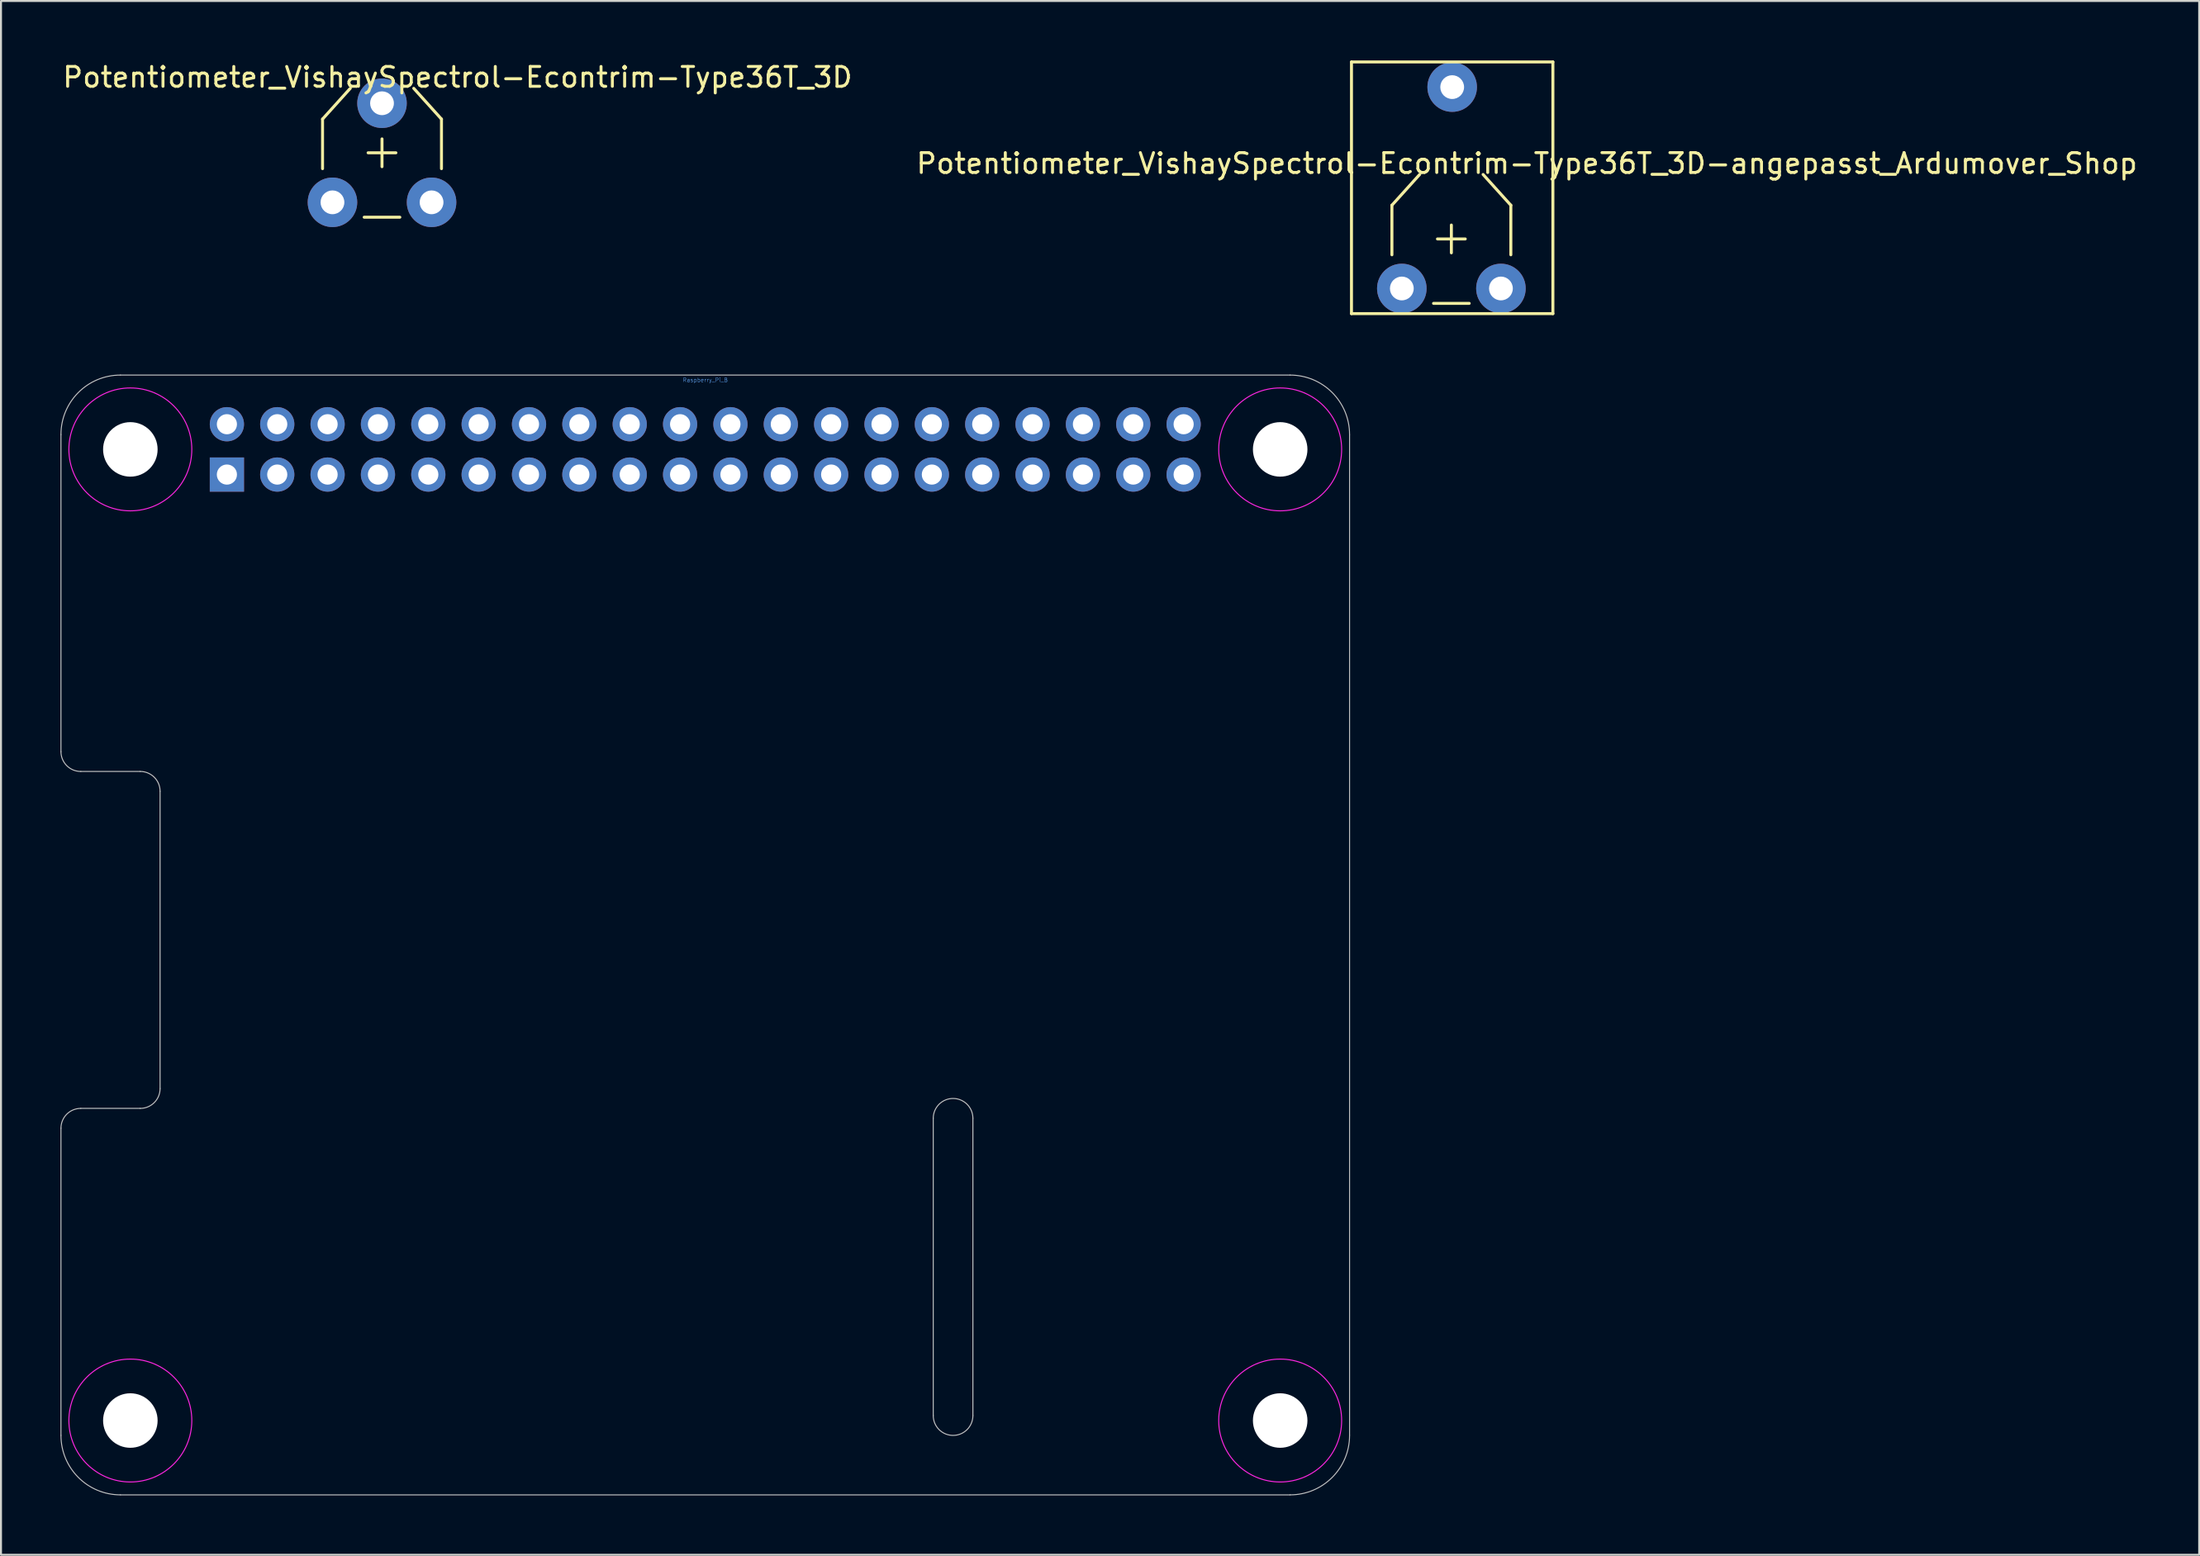
<source format=kicad_pcb>
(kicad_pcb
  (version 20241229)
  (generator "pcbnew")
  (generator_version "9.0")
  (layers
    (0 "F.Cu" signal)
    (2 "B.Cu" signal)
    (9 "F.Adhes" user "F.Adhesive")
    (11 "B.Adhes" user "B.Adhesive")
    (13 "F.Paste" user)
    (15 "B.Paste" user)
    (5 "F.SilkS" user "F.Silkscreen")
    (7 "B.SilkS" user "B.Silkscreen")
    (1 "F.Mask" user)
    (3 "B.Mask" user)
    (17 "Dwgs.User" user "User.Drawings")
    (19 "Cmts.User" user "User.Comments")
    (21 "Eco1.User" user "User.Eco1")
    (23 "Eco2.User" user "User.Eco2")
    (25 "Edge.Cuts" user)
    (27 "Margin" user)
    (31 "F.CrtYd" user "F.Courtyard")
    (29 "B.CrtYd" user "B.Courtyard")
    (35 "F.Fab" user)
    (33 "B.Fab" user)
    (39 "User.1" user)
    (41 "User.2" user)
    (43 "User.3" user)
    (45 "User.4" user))
  (footprint "Potentiometer_VishaySpectrol-Econtrim-Type36T_3D"
    (layer "F.Cu")
    (at 13.72 7.158)
    (property "Reference" "Potentiometer_VishaySpectrol-Econtrim-Type36T_3D" (at 6.309 -6.309 0) (layer "F.SilkS") (effects (font (size 1 1) (thickness 0.15))))
    (attr through_hole)
    (fp_line (start -0.5 -4.199) (end -0.5 -1.699) (stroke (width 0.15) (type solid)) (layer "F.SilkS"))
    (fp_line (start 0.899 -5.751) (end -0.5 -4.199) (stroke (width 0.15) (type solid)) (layer "F.SilkS"))
    (fp_line (start 1.6 0.752) (end 3.399 0.752) (stroke (width 0.15) (type solid)) (layer "F.SilkS"))
    (fp_line (start 1.798 -2.499) (end 3.2 -2.499) (stroke (width 0.15) (type solid)) (layer "F.SilkS"))
    (fp_line (start 2.499 -1.798) (end 2.499 -3.2) (stroke (width 0.15) (type solid)) (layer "F.SilkS"))
    (fp_line (start 4.1 -5.751) (end 5.499 -4.199) (stroke (width 0.15) (type solid)) (layer "F.SilkS"))
    (fp_line (start 5.499 -4.199) (end 5.499 -1.699) (stroke (width 0.15) (type solid)) (layer "F.SilkS"))
    (pad "1" thru_hole circle (at 0 0) (size 2.499 2.499) (drill 1.199) (layers "*.Cu" "*.Mask"))
    (pad "2" thru_hole circle (at 2.499 -4.999) (size 2.499 2.499) (drill 1.199) (layers "*.Cu" "*.Mask"))
    (pad "3" thru_hole circle (at 4.999 0) (size 2.499 2.499) (drill 1.199) (layers "*.Cu" "*.Mask")))
  (footprint "Raspberry_Pi_B"
    (layer "F.Cu")
    (at 32.525 44.125)
    (property "Reference" "Raspberry_Pi_B" (at 0 -28 0) (layer "Cmts.User") (effects (font (size 0.2 0.2) (thickness 0.02))))
    (attr through_hole)
    (fp_line (start -32.5 -25.25) (end -32.5 -9.25) (stroke (width 0.05) (type solid)) (layer "Dwgs.User"))
    (fp_line (start -32.5 9.75) (end -32.5 25.25) (stroke (width 0.05) (type solid)) (layer "Dwgs.User"))
    (fp_line (start -31.5 -8.25) (end -28.5 -8.25) (stroke (width 0.05) (type solid)) (layer "Dwgs.User"))
    (fp_line (start -31.5 8.75) (end -28.5 8.75) (stroke (width 0.05) (type solid)) (layer "Dwgs.User"))
    (fp_line (start -29.5 -28.25) (end 29.5 -28.25) (stroke (width 0.05) (type solid)) (layer "Dwgs.User"))
    (fp_line (start -29.5 28.25) (end 29.5 28.25) (stroke (width 0.05) (type solid)) (layer "Dwgs.User"))
    (fp_line (start -27.5 -7.25) (end -27.5 7.75) (stroke (width 0.05) (type solid)) (layer "Dwgs.User"))
    (fp_line (start 11.5 9.25) (end 11.5 24.25) (stroke (width 0.05) (type solid)) (layer "Dwgs.User"))
    (fp_line (start 13.5 9.25) (end 13.5 24.25) (stroke (width 0.05) (type solid)) (layer "Dwgs.User"))
    (fp_line (start 32.5 -25.25) (end 32.5 25.25) (stroke (width 0.05) (type solid)) (layer "Dwgs.User"))
    (fp_arc (start -32.5 -25.25) (mid -31.62132 -27.37132) (end -29.5 -28.25) (stroke (width 0.05) (type solid)) (layer "Dwgs.User"))
    (fp_arc (start -32.5 9.75) (mid -32.207107 9.042893) (end -31.5 8.75) (stroke (width 0.05) (type solid)) (layer "Dwgs.User"))
    (fp_arc (start -31.5 -8.25) (mid -32.207107 -8.542893) (end -32.5 -9.25) (stroke (width 0.05) (type solid)) (layer "Dwgs.User"))
    (fp_arc (start -29.5 28.25) (mid -31.62132 27.37132) (end -32.5 25.25) (stroke (width 0.05) (type solid)) (layer "Dwgs.User"))
    (fp_arc (start -28.5 -8.25) (mid -27.792893 -7.957107) (end -27.5 -7.25) (stroke (width 0.05) (type solid)) (layer "Dwgs.User"))
    (fp_arc (start -27.5 7.75) (mid -27.792893 8.457107) (end -28.5 8.75) (stroke (width 0.05) (type solid)) (layer "Dwgs.User"))
    (fp_arc (start 11.5 9.25) (mid 12.5 8.25) (end 13.5 9.25) (stroke (width 0.05) (type solid)) (layer "Dwgs.User"))
    (fp_arc (start 13.5 24.25) (mid 12.5 25.25) (end 11.5 24.25) (stroke (width 0.05) (type solid)) (layer "Dwgs.User"))
    (fp_arc (start 29.5 -28.25) (mid 31.62132 -27.37132) (end 32.5 -25.25) (stroke (width 0.05) (type solid)) (layer "Dwgs.User"))
    (fp_arc (start 32.5 25.25) (mid 31.62132 27.37132) (end 29.5 28.25) (stroke (width 0.05) (type solid)) (layer "Dwgs.User"))
    (fp_circle (center -29 -24.5) (end -32.1 -24.5) (stroke (width 0.05) (type solid)) (fill no) (layer "F.CrtYd"))
    (fp_circle (center -29 24.5) (end -32.1 24.5) (stroke (width 0.05) (type solid)) (fill no) (layer "F.CrtYd"))
    (fp_circle (center 29 -24.5) (end 25.9 -24.5) (stroke (width 0.05) (type solid)) (fill no) (layer "F.CrtYd"))
    (fp_circle (center 29 24.5) (end 25.9 24.5) (stroke (width 0.05) (type solid)) (fill no) (layer "F.CrtYd"))
    (pad "" np_thru_hole circle (at -29 -24.5) (size 2.75 2.75) (drill 2.75) (layers "*.Cu" "*.Mask"))
    (pad "" np_thru_hole circle (at -29 24.5) (size 2.75 2.75) (drill 2.75) (layers "*.Cu" "*.Mask"))
    (pad "" np_thru_hole circle (at 29 -24.5) (size 2.75 2.75) (drill 2.75) (layers "*.Cu" "*.Mask"))
    (pad "" np_thru_hole circle (at 29 24.5) (size 2.75 2.75) (drill 2.75) (layers "*.Cu" "*.Mask"))
    (pad "1" thru_hole rect (at -24.13 -23.23 180) (size 1.727 1.727) (drill 1.016) (layers "*.Cu" "*.Mask"))
    (pad "2" thru_hole circle (at -24.13 -25.77 180) (size 1.727 1.727) (drill 1.016) (layers "*.Cu" "*.Mask"))
    (pad "3" thru_hole circle (at -21.59 -23.23 180) (size 1.727 1.727) (drill 1.016) (layers "*.Cu" "*.Mask"))
    (pad "4" thru_hole circle (at -21.59 -25.77 180) (size 1.727 1.727) (drill 1.016) (layers "*.Cu" "*.Mask"))
    (pad "5" thru_hole circle (at -19.05 -23.23 180) (size 1.727 1.727) (drill 1.016) (layers "*.Cu" "*.Mask"))
    (pad "6" thru_hole circle (at -19.05 -25.77 180) (size 1.727 1.727) (drill 1.016) (layers "*.Cu" "*.Mask"))
    (pad "7" thru_hole circle (at -16.51 -23.23 180) (size 1.727 1.727) (drill 1.016) (layers "*.Cu" "*.Mask"))
    (pad "8" thru_hole circle (at -16.51 -25.77 180) (size 1.727 1.727) (drill 1.016) (layers "*.Cu" "*.Mask"))
    (pad "9" thru_hole circle (at -13.97 -23.23 180) (size 1.727 1.727) (drill 1.016) (layers "*.Cu" "*.Mask"))
    (pad "10" thru_hole circle (at -13.97 -25.77 180) (size 1.727 1.727) (drill 1.016) (layers "*.Cu" "*.Mask"))
    (pad "11" thru_hole circle (at -11.43 -23.23 180) (size 1.727 1.727) (drill 1.016) (layers "*.Cu" "*.Mask"))
    (pad "12" thru_hole circle (at -11.43 -25.77 180) (size 1.727 1.727) (drill 1.016) (layers "*.Cu" "*.Mask"))
    (pad "13" thru_hole circle (at -8.89 -23.23 180) (size 1.727 1.727) (drill 1.016) (layers "*.Cu" "*.Mask"))
    (pad "14" thru_hole circle (at -8.89 -25.77 180) (size 1.727 1.727) (drill 1.016) (layers "*.Cu" "*.Mask"))
    (pad "15" thru_hole circle (at -6.35 -23.23 180) (size 1.727 1.727) (drill 1.016) (layers "*.Cu" "*.Mask"))
    (pad "16" thru_hole circle (at -6.35 -25.77 180) (size 1.727 1.727) (drill 1.016) (layers "*.Cu" "*.Mask"))
    (pad "17" thru_hole circle (at -3.81 -23.23 180) (size 1.727 1.727) (drill 1.016) (layers "*.Cu" "*.Mask"))
    (pad "18" thru_hole circle (at -3.81 -25.77 180) (size 1.727 1.727) (drill 1.016) (layers "*.Cu" "*.Mask"))
    (pad "19" thru_hole circle (at -1.27 -23.23 180) (size 1.727 1.727) (drill 1.016) (layers "*.Cu" "*.Mask"))
    (pad "20" thru_hole circle (at -1.27 -25.77 180) (size 1.727 1.727) (drill 1.016) (layers "*.Cu" "*.Mask"))
    (pad "21" thru_hole circle (at 1.27 -23.23 180) (size 1.727 1.727) (drill 1.016) (layers "*.Cu" "*.Mask"))
    (pad "22" thru_hole circle (at 1.27 -25.77 180) (size 1.727 1.727) (drill 1.016) (layers "*.Cu" "*.Mask"))
    (pad "23" thru_hole circle (at 3.81 -23.23 180) (size 1.727 1.727) (drill 1.016) (layers "*.Cu" "*.Mask"))
    (pad "24" thru_hole circle (at 3.81 -25.77 180) (size 1.727 1.727) (drill 1.016) (layers "*.Cu" "*.Mask"))
    (pad "25" thru_hole circle (at 6.35 -23.23 180) (size 1.727 1.727) (drill 1.016) (layers "*.Cu" "*.Mask"))
    (pad "26" thru_hole circle (at 6.35 -25.77 180) (size 1.727 1.727) (drill 1.016) (layers "*.Cu" "*.Mask"))
    (pad "27" thru_hole circle (at 8.89 -23.23 180) (size 1.727 1.727) (drill 1.016) (layers "*.Cu" "*.Mask"))
    (pad "28" thru_hole circle (at 8.89 -25.77 180) (size 1.727 1.727) (drill 1.016) (layers "*.Cu" "*.Mask"))
    (pad "29" thru_hole circle (at 11.43 -23.23 180) (size 1.727 1.727) (drill 1.016) (layers "*.Cu" "*.Mask"))
    (pad "30" thru_hole circle (at 11.43 -25.77 180) (size 1.727 1.727) (drill 1.016) (layers "*.Cu" "*.Mask"))
    (pad "31" thru_hole circle (at 13.97 -23.23 180) (size 1.727 1.727) (drill 1.016) (layers "*.Cu" "*.Mask"))
    (pad "32" thru_hole circle (at 13.97 -25.77 180) (size 1.727 1.727) (drill 1.016) (layers "*.Cu" "*.Mask"))
    (pad "33" thru_hole circle (at 16.51 -23.23 180) (size 1.727 1.727) (drill 1.016) (layers "*.Cu" "*.Mask"))
    (pad "34" thru_hole circle (at 16.51 -25.77 180) (size 1.727 1.727) (drill 1.016) (layers "*.Cu" "*.Mask"))
    (pad "35" thru_hole circle (at 19.05 -23.23 180) (size 1.727 1.727) (drill 1.016) (layers "*.Cu" "*.Mask"))
    (pad "36" thru_hole circle (at 19.05 -25.77 180) (size 1.727 1.727) (drill 1.016) (layers "*.Cu" "*.Mask"))
    (pad "37" thru_hole circle (at 21.59 -23.23 180) (size 1.727 1.727) (drill 1.016) (layers "*.Cu" "*.Mask"))
    (pad "38" thru_hole circle (at 21.59 -25.77 180) (size 1.727 1.727) (drill 1.016) (layers "*.Cu" "*.Mask"))
    (pad "39" thru_hole circle (at 24.13 -23.23 180) (size 1.727 1.727) (drill 1.016) (layers "*.Cu" "*.Mask"))
    (pad "40" thru_hole circle (at 24.13 -25.77 180) (size 1.727 1.727) (drill 1.016) (layers "*.Cu" "*.Mask")))
  (footprint "Potentiometer_VishaySpectrol-Econtrim-Type36T_3D-angepasst_Ardumover_Shop"
    (layer "F.Cu")
    (at 70.201 11.505)
    (property "Reference" "Potentiometer_VishaySpectrol-Econtrim-Type36T_3D-angepasst_Ardumover_Shop" (at 3.769 -6.309 0) (layer "F.SilkS") (effects (font (size 1 1) (thickness 0.15))))
    (attr through_hole)
    (fp_line (start -5.08 -11.43) (end 5.08 -11.43) (stroke (width 0.15) (type solid)) (layer "F.SilkS"))
    (fp_line (start -5.08 1.27) (end -5.08 -11.43) (stroke (width 0.15) (type solid)) (layer "F.SilkS"))
    (fp_line (start -3.04 -4.199) (end -3.04 -1.699) (stroke (width 0.15) (type solid)) (layer "F.SilkS"))
    (fp_line (start -1.641 -5.751) (end -3.04 -4.199) (stroke (width 0.15) (type solid)) (layer "F.SilkS"))
    (fp_line (start -0.94 0.752) (end 0.859 0.752) (stroke (width 0.15) (type solid)) (layer "F.SilkS"))
    (fp_line (start -0.742 -2.499) (end 0.66 -2.499) (stroke (width 0.15) (type solid)) (layer "F.SilkS"))
    (fp_line (start -0.041 -1.798) (end -0.041 -3.2) (stroke (width 0.15) (type solid)) (layer "F.SilkS"))
    (fp_line (start 1.56 -5.751) (end 2.959 -4.199) (stroke (width 0.15) (type solid)) (layer "F.SilkS"))
    (fp_line (start 2.959 -4.199) (end 2.959 -1.699) (stroke (width 0.15) (type solid)) (layer "F.SilkS"))
    (fp_line (start 5.08 -11.43) (end 5.08 1.27) (stroke (width 0.15) (type solid)) (layer "F.SilkS"))
    (fp_line (start 5.08 1.27) (end -5.08 1.27) (stroke (width 0.15) (type solid)) (layer "F.SilkS"))
    (pad "1" thru_hole circle (at -2.54 0) (size 2.499 2.499) (drill 1.199) (layers "*.Cu" "*.Mask"))
    (pad "2" thru_hole circle (at 0 -10.16) (size 2.499 2.499) (drill 1.199) (layers "*.Cu" "*.Mask"))
    (pad "3" thru_hole circle (at 2.459 0) (size 2.499 2.499) (drill 1.199) (layers "*.Cu" "*.Mask")))
  (gr_rect
    (start -3 -3)
    (end 107.881 75.4)
    (stroke (width 0.1) (type default))
    (fill no)
    (layer "Edge.Cuts")))
</source>
